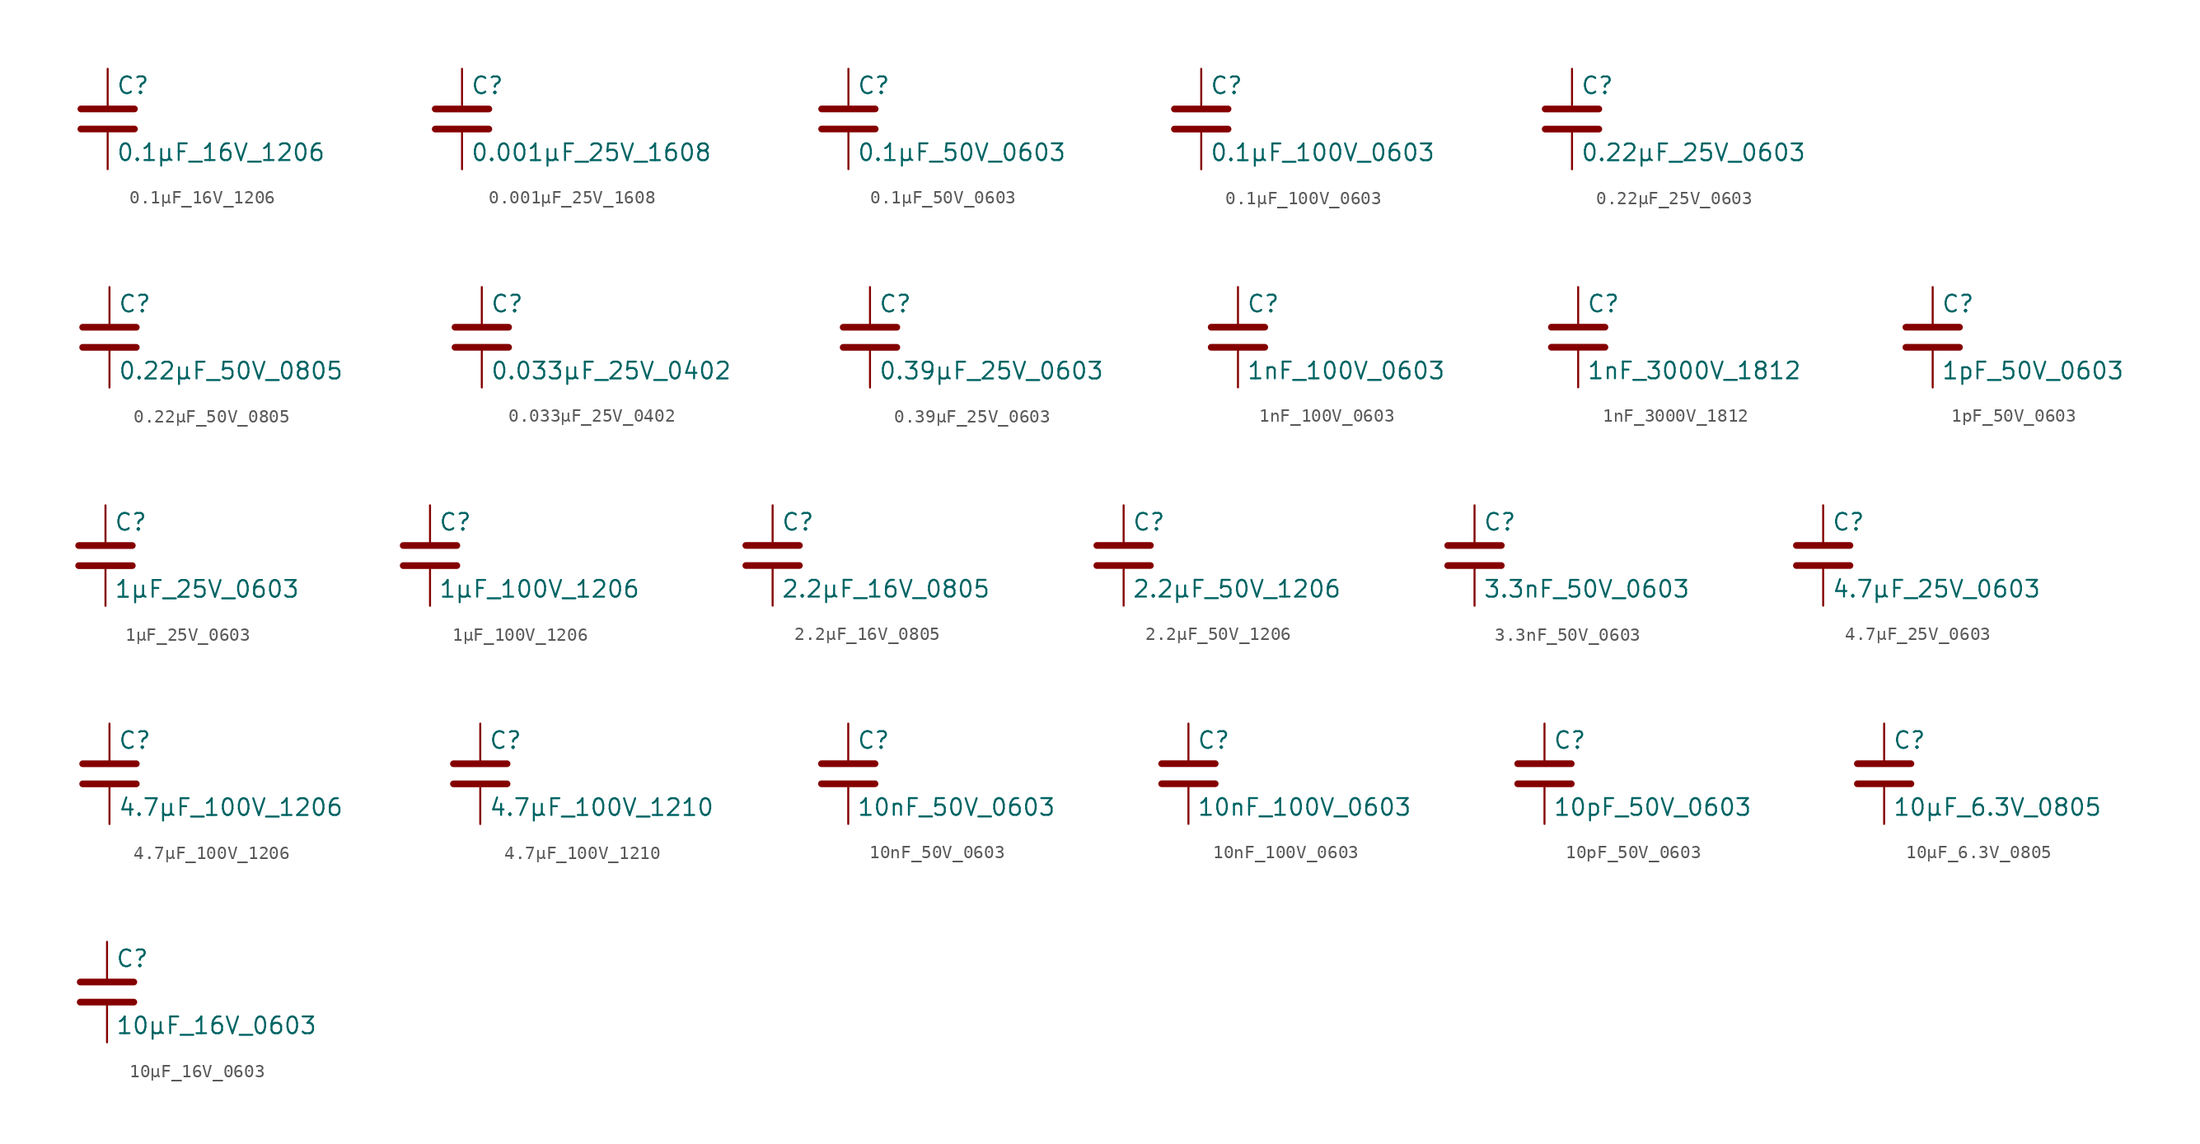
<source format=kicad_sym>
(kicad_symbol_lib
  (version 20220914)
  (generator kicad_symbol_editor)
  (symbol "0.1µF_16V_1206"
    (pin_numbers hide)
    (pin_names
      (offset 0.254))
    (property "Reference" "C"
      (at 0.635 2.54 0)
      (effects (font (size 1.27 1.27)) (justify left)))
    (property "Value" "0.1µF_16V_1206"
      (at 0.635 -2.54 0)
      (effects (font (size 1.27 1.27)) (justify left)))
    (symbol "0.1µF_16V_1206_0_1"
      (polyline (pts (xy -2.032 -0.762) (xy 2.032 -0.762)) (stroke (width 0.508) (type default)) (fill (type none)))
      (polyline (pts (xy -2.032 0.762) (xy 2.032 0.762)) (stroke (width 0.508) (type default)) (fill (type none))))
    (symbol "0.1µF_16V_1206_1_1"
      (pin passive line (at 0 3.81 270) (length 2.794) (name "~" (effects (font (size 1.27 1.27)))) (number "1" (effects (font (size 1.27 1.27)))))
      (pin passive line (at 0 -3.81 90) (length 2.794) (name "~" (effects (font (size 1.27 1.27)))) (number "2" (effects (font (size 1.27 1.27)))))))
  (symbol "0.001µF_25V_1608"
    (pin_numbers hide)
    (pin_names
      (offset 0.254))
    (property "Reference" "C"
      (at 0.635 2.54 0)
      (effects (font (size 1.27 1.27)) (justify left)))
    (property "Value" "0.001µF_25V_1608"
      (at 0.635 -2.54 0)
      (effects (font (size 1.27 1.27)) (justify left)))
    (symbol "0.001µF_25V_1608_0_1"
      (polyline (pts (xy -2.032 -0.762) (xy 2.032 -0.762)) (stroke (width 0.508) (type default)) (fill (type none)))
      (polyline (pts (xy -2.032 0.762) (xy 2.032 0.762)) (stroke (width 0.508) (type default)) (fill (type none))))
    (symbol "0.001µF_25V_1608_1_1"
      (pin passive line (at 0 3.81 270) (length 2.794) (name "~" (effects (font (size 1.27 1.27)))) (number "1" (effects (font (size 1.27 1.27)))))
      (pin passive line (at 0 -3.81 90) (length 2.794) (name "~" (effects (font (size 1.27 1.27)))) (number "2" (effects (font (size 1.27 1.27)))))))
  (symbol "0.1µF_50V_0603"
    (pin_numbers hide)
    (pin_names
      (offset 0.254))
    (property "Reference" "C"
      (at 0.635 2.54 0)
      (effects (font (size 1.27 1.27)) (justify left)))
    (property "Value" "0.1µF_50V_0603"
      (at 0.635 -2.54 0)
      (effects (font (size 1.27 1.27)) (justify left)))
    (symbol "0.1µF_50V_0603_0_1"
      (polyline (pts (xy -2.032 -0.762) (xy 2.032 -0.762)) (stroke (width 0.508) (type default)) (fill (type none)))
      (polyline (pts (xy -2.032 0.762) (xy 2.032 0.762)) (stroke (width 0.508) (type default)) (fill (type none))))
    (symbol "0.1µF_50V_0603_1_1"
      (pin passive line (at 0 3.81 270) (length 2.794) (name "~" (effects (font (size 1.27 1.27)))) (number "1" (effects (font (size 1.27 1.27)))))
      (pin passive line (at 0 -3.81 90) (length 2.794) (name "~" (effects (font (size 1.27 1.27)))) (number "2" (effects (font (size 1.27 1.27)))))))
  (symbol "0.1µF_100V_0603"
    (pin_numbers hide)
    (pin_names
      (offset 0.254))
    (property "Reference" "C"
      (at 0.635 2.54 0)
      (effects (font (size 1.27 1.27)) (justify left)))
    (property "Value" "0.1µF_100V_0603"
      (at 0.635 -2.54 0)
      (effects (font (size 1.27 1.27)) (justify left)))
    (symbol "0.1µF_100V_0603_0_1"
      (polyline (pts (xy -2.032 -0.762) (xy 2.032 -0.762)) (stroke (width 0.508) (type default)) (fill (type none)))
      (polyline (pts (xy -2.032 0.762) (xy 2.032 0.762)) (stroke (width 0.508) (type default)) (fill (type none))))
    (symbol "0.1µF_100V_0603_1_1"
      (pin passive line (at 0 3.81 270) (length 2.794) (name "~" (effects (font (size 1.27 1.27)))) (number "1" (effects (font (size 1.27 1.27)))))
      (pin passive line (at 0 -3.81 90) (length 2.794) (name "~" (effects (font (size 1.27 1.27)))) (number "2" (effects (font (size 1.27 1.27)))))))
  (symbol "0.22µF_25V_0603"
    (pin_numbers hide)
    (pin_names
      (offset 0.254))
    (property "Reference" "C"
      (at 0.635 2.54 0)
      (effects (font (size 1.27 1.27)) (justify left)))
    (property "Value" "0.22µF_25V_0603"
      (at 0.635 -2.54 0)
      (effects (font (size 1.27 1.27)) (justify left)))
    (symbol "0.22µF_25V_0603_0_1"
      (polyline (pts (xy -2.032 -0.762) (xy 2.032 -0.762)) (stroke (width 0.508) (type default)) (fill (type none)))
      (polyline (pts (xy -2.032 0.762) (xy 2.032 0.762)) (stroke (width 0.508) (type default)) (fill (type none))))
    (symbol "0.22µF_25V_0603_1_1"
      (pin passive line (at 0 3.81 270) (length 2.794) (name "~" (effects (font (size 1.27 1.27)))) (number "1" (effects (font (size 1.27 1.27)))))
      (pin passive line (at 0 -3.81 90) (length 2.794) (name "~" (effects (font (size 1.27 1.27)))) (number "2" (effects (font (size 1.27 1.27)))))))
  (symbol "0.22µF_50V_0805"
    (pin_numbers hide)
    (pin_names
      (offset 0.254))
    (property "Reference" "C"
      (at 0.635 2.54 0)
      (effects (font (size 1.27 1.27)) (justify left)))
    (property "Value" "0.22µF_50V_0805"
      (at 0.635 -2.54 0)
      (effects (font (size 1.27 1.27)) (justify left)))
    (symbol "0.22µF_50V_0805_0_1"
      (polyline (pts (xy -2.032 -0.762) (xy 2.032 -0.762)) (stroke (width 0.508) (type default)) (fill (type none)))
      (polyline (pts (xy -2.032 0.762) (xy 2.032 0.762)) (stroke (width 0.508) (type default)) (fill (type none))))
    (symbol "0.22µF_50V_0805_1_1"
      (pin passive line (at 0 3.81 270) (length 2.794) (name "~" (effects (font (size 1.27 1.27)))) (number "1" (effects (font (size 1.27 1.27)))))
      (pin passive line (at 0 -3.81 90) (length 2.794) (name "~" (effects (font (size 1.27 1.27)))) (number "2" (effects (font (size 1.27 1.27)))))))
  (symbol "0.033µF_25V_0402"
    (pin_numbers hide)
    (pin_names
      (offset 0.254))
    (property "Reference" "C"
      (at 0.635 2.54 0)
      (effects (font (size 1.27 1.27)) (justify left)))
    (property "Value" "0.033µF_25V_0402"
      (at 0.635 -2.54 0)
      (effects (font (size 1.27 1.27)) (justify left)))
    (symbol "0.033µF_25V_0402_0_1"
      (polyline (pts (xy -2.032 -0.762) (xy 2.032 -0.762)) (stroke (width 0.508) (type default)) (fill (type none)))
      (polyline (pts (xy -2.032 0.762) (xy 2.032 0.762)) (stroke (width 0.508) (type default)) (fill (type none))))
    (symbol "0.033µF_25V_0402_1_1"
      (pin passive line (at 0 3.81 270) (length 2.794) (name "~" (effects (font (size 1.27 1.27)))) (number "1" (effects (font (size 1.27 1.27)))))
      (pin passive line (at 0 -3.81 90) (length 2.794) (name "~" (effects (font (size 1.27 1.27)))) (number "2" (effects (font (size 1.27 1.27)))))))
  (symbol "0.39µF_25V_0603"
    (pin_numbers hide)
    (pin_names
      (offset 0.254))
    (property "Reference" "C"
      (at 0.635 2.54 0)
      (effects (font (size 1.27 1.27)) (justify left)))
    (property "Value" "0.39µF_25V_0603"
      (at 0.635 -2.54 0)
      (effects (font (size 1.27 1.27)) (justify left)))
    (symbol "0.39µF_25V_0603_0_1"
      (polyline (pts (xy -2.032 -0.762) (xy 2.032 -0.762)) (stroke (width 0.508) (type default)) (fill (type none)))
      (polyline (pts (xy -2.032 0.762) (xy 2.032 0.762)) (stroke (width 0.508) (type default)) (fill (type none))))
    (symbol "0.39µF_25V_0603_1_1"
      (pin passive line (at 0 3.81 270) (length 2.794) (name "~" (effects (font (size 1.27 1.27)))) (number "1" (effects (font (size 1.27 1.27)))))
      (pin passive line (at 0 -3.81 90) (length 2.794) (name "~" (effects (font (size 1.27 1.27)))) (number "2" (effects (font (size 1.27 1.27)))))))
  (symbol "1nF_100V_0603"
    (pin_numbers hide)
    (pin_names
      (offset 0.254))
    (property "Reference" "C"
      (at 0.635 2.54 0)
      (effects (font (size 1.27 1.27)) (justify left)))
    (property "Value" "1nF_100V_0603"
      (at 0.635 -2.54 0)
      (effects (font (size 1.27 1.27)) (justify left)))
    (symbol "1nF_100V_0603_0_1"
      (polyline (pts (xy -2.032 -0.762) (xy 2.032 -0.762)) (stroke (width 0.508) (type default)) (fill (type none)))
      (polyline (pts (xy -2.032 0.762) (xy 2.032 0.762)) (stroke (width 0.508) (type default)) (fill (type none))))
    (symbol "1nF_100V_0603_1_1"
      (pin passive line (at 0 3.81 270) (length 2.794) (name "~" (effects (font (size 1.27 1.27)))) (number "1" (effects (font (size 1.27 1.27)))))
      (pin passive line (at 0 -3.81 90) (length 2.794) (name "~" (effects (font (size 1.27 1.27)))) (number "2" (effects (font (size 1.27 1.27)))))))
  (symbol "1nF_3000V_1812"
    (pin_numbers hide)
    (pin_names
      (offset 0.254))
    (property "Reference" "C"
      (at 0.635 2.54 0)
      (effects (font (size 1.27 1.27)) (justify left)))
    (property "Value" "1nF_3000V_1812"
      (at 0.635 -2.54 0)
      (effects (font (size 1.27 1.27)) (justify left)))
    (symbol "1nF_3000V_1812_0_1"
      (polyline (pts (xy -2.032 -0.762) (xy 2.032 -0.762)) (stroke (width 0.508) (type default)) (fill (type none)))
      (polyline (pts (xy -2.032 0.762) (xy 2.032 0.762)) (stroke (width 0.508) (type default)) (fill (type none))))
    (symbol "1nF_3000V_1812_1_1"
      (pin passive line (at 0 3.81 270) (length 2.794) (name "~" (effects (font (size 1.27 1.27)))) (number "1" (effects (font (size 1.27 1.27)))))
      (pin passive line (at 0 -3.81 90) (length 2.794) (name "~" (effects (font (size 1.27 1.27)))) (number "2" (effects (font (size 1.27 1.27)))))))
  (symbol "1pF_50V_0603"
    (pin_numbers hide)
    (pin_names
      (offset 0.254))
    (property "Reference" "C"
      (at 0.635 2.54 0)
      (effects (font (size 1.27 1.27)) (justify left)))
    (property "Value" "1pF_50V_0603"
      (at 0.635 -2.54 0)
      (effects (font (size 1.27 1.27)) (justify left)))
    (symbol "1pF_50V_0603_0_1"
      (polyline (pts (xy -2.032 -0.762) (xy 2.032 -0.762)) (stroke (width 0.508) (type default)) (fill (type none)))
      (polyline (pts (xy -2.032 0.762) (xy 2.032 0.762)) (stroke (width 0.508) (type default)) (fill (type none))))
    (symbol "1pF_50V_0603_1_1"
      (pin passive line (at 0 3.81 270) (length 2.794) (name "~" (effects (font (size 1.27 1.27)))) (number "1" (effects (font (size 1.27 1.27)))))
      (pin passive line (at 0 -3.81 90) (length 2.794) (name "~" (effects (font (size 1.27 1.27)))) (number "2" (effects (font (size 1.27 1.27)))))))
  (symbol "1µF_25V_0603"
    (pin_numbers hide)
    (pin_names
      (offset 0.254))
    (property "Reference" "C"
      (at 0.635 2.54 0)
      (effects (font (size 1.27 1.27)) (justify left)))
    (property "Value" "1µF_25V_0603"
      (at 0.635 -2.54 0)
      (effects (font (size 1.27 1.27)) (justify left)))
    (symbol "1µF_25V_0603_0_1"
      (polyline (pts (xy -2.032 -0.762) (xy 2.032 -0.762)) (stroke (width 0.508) (type default)) (fill (type none)))
      (polyline (pts (xy -2.032 0.762) (xy 2.032 0.762)) (stroke (width 0.508) (type default)) (fill (type none))))
    (symbol "1µF_25V_0603_1_1"
      (pin passive line (at 0 3.81 270) (length 2.794) (name "~" (effects (font (size 1.27 1.27)))) (number "1" (effects (font (size 1.27 1.27)))))
      (pin passive line (at 0 -3.81 90) (length 2.794) (name "~" (effects (font (size 1.27 1.27)))) (number "2" (effects (font (size 1.27 1.27)))))))
  (symbol "1µF_100V_1206"
    (pin_numbers hide)
    (pin_names
      (offset 0.254))
    (property "Reference" "C"
      (at 0.635 2.54 0)
      (effects (font (size 1.27 1.27)) (justify left)))
    (property "Value" "1µF_100V_1206"
      (at 0.635 -2.54 0)
      (effects (font (size 1.27 1.27)) (justify left)))
    (symbol "1µF_100V_1206_0_1"
      (polyline (pts (xy -2.032 -0.762) (xy 2.032 -0.762)) (stroke (width 0.508) (type default)) (fill (type none)))
      (polyline (pts (xy -2.032 0.762) (xy 2.032 0.762)) (stroke (width 0.508) (type default)) (fill (type none))))
    (symbol "1µF_100V_1206_1_1"
      (pin passive line (at 0 3.81 270) (length 2.794) (name "~" (effects (font (size 1.27 1.27)))) (number "1" (effects (font (size 1.27 1.27)))))
      (pin passive line (at 0 -3.81 90) (length 2.794) (name "~" (effects (font (size 1.27 1.27)))) (number "2" (effects (font (size 1.27 1.27)))))))
  (symbol "2.2µF_16V_0805"
    (pin_numbers hide)
    (pin_names
      (offset 0.254))
    (property "Reference" "C"
      (at 0.635 2.54 0)
      (effects (font (size 1.27 1.27)) (justify left)))
    (property "Value" "2.2µF_16V_0805"
      (at 0.635 -2.54 0)
      (effects (font (size 1.27 1.27)) (justify left)))
    (symbol "2.2µF_16V_0805_0_1"
      (polyline (pts (xy -2.032 -0.762) (xy 2.032 -0.762)) (stroke (width 0.508) (type default)) (fill (type none)))
      (polyline (pts (xy -2.032 0.762) (xy 2.032 0.762)) (stroke (width 0.508) (type default)) (fill (type none))))
    (symbol "2.2µF_16V_0805_1_1"
      (pin passive line (at 0 3.81 270) (length 2.794) (name "~" (effects (font (size 1.27 1.27)))) (number "1" (effects (font (size 1.27 1.27)))))
      (pin passive line (at 0 -3.81 90) (length 2.794) (name "~" (effects (font (size 1.27 1.27)))) (number "2" (effects (font (size 1.27 1.27)))))))
  (symbol "2.2µF_50V_1206"
    (pin_numbers hide)
    (pin_names
      (offset 0.254))
    (property "Reference" "C"
      (at 0.635 2.54 0)
      (effects (font (size 1.27 1.27)) (justify left)))
    (property "Value" "2.2µF_50V_1206"
      (at 0.635 -2.54 0)
      (effects (font (size 1.27 1.27)) (justify left)))
    (symbol "2.2µF_50V_1206_0_1"
      (polyline (pts (xy -2.032 -0.762) (xy 2.032 -0.762)) (stroke (width 0.508) (type default)) (fill (type none)))
      (polyline (pts (xy -2.032 0.762) (xy 2.032 0.762)) (stroke (width 0.508) (type default)) (fill (type none))))
    (symbol "2.2µF_50V_1206_1_1"
      (pin passive line (at 0 3.81 270) (length 2.794) (name "~" (effects (font (size 1.27 1.27)))) (number "1" (effects (font (size 1.27 1.27)))))
      (pin passive line (at 0 -3.81 90) (length 2.794) (name "~" (effects (font (size 1.27 1.27)))) (number "2" (effects (font (size 1.27 1.27)))))))
  (symbol "3.3nF_50V_0603"
    (pin_numbers hide)
    (pin_names
      (offset 0.254))
    (property "Reference" "C"
      (at 0.635 2.54 0)
      (effects (font (size 1.27 1.27)) (justify left)))
    (property "Value" "3.3nF_50V_0603"
      (at 0.635 -2.54 0)
      (effects (font (size 1.27 1.27)) (justify left)))
    (symbol "3.3nF_50V_0603_0_1"
      (polyline (pts (xy -2.032 -0.762) (xy 2.032 -0.762)) (stroke (width 0.508) (type default)) (fill (type none)))
      (polyline (pts (xy -2.032 0.762) (xy 2.032 0.762)) (stroke (width 0.508) (type default)) (fill (type none))))
    (symbol "3.3nF_50V_0603_1_1"
      (pin passive line (at 0 3.81 270) (length 2.794) (name "~" (effects (font (size 1.27 1.27)))) (number "1" (effects (font (size 1.27 1.27)))))
      (pin passive line (at 0 -3.81 90) (length 2.794) (name "~" (effects (font (size 1.27 1.27)))) (number "2" (effects (font (size 1.27 1.27)))))))
  (symbol "4.7µF_25V_0603"
    (pin_numbers hide)
    (pin_names
      (offset 0.254))
    (property "Reference" "C"
      (at 0.635 2.54 0)
      (effects (font (size 1.27 1.27)) (justify left)))
    (property "Value" "4.7µF_25V_0603"
      (at 0.635 -2.54 0)
      (effects (font (size 1.27 1.27)) (justify left)))
    (symbol "4.7µF_25V_0603_0_1"
      (polyline (pts (xy -2.032 -0.762) (xy 2.032 -0.762)) (stroke (width 0.508) (type default)) (fill (type none)))
      (polyline (pts (xy -2.032 0.762) (xy 2.032 0.762)) (stroke (width 0.508) (type default)) (fill (type none))))
    (symbol "4.7µF_25V_0603_1_1"
      (pin passive line (at 0 3.81 270) (length 2.794) (name "~" (effects (font (size 1.27 1.27)))) (number "1" (effects (font (size 1.27 1.27)))))
      (pin passive line (at 0 -3.81 90) (length 2.794) (name "~" (effects (font (size 1.27 1.27)))) (number "2" (effects (font (size 1.27 1.27)))))))
  (symbol "4.7µF_100V_1206"
    (pin_numbers hide)
    (pin_names
      (offset 0.254))
    (property "Reference" "C"
      (at 0.635 2.54 0)
      (effects (font (size 1.27 1.27)) (justify left)))
    (property "Value" "4.7µF_100V_1206"
      (at 0.635 -2.54 0)
      (effects (font (size 1.27 1.27)) (justify left)))
    (symbol "4.7µF_100V_1206_0_1"
      (polyline (pts (xy -2.032 -0.762) (xy 2.032 -0.762)) (stroke (width 0.508) (type default)) (fill (type none)))
      (polyline (pts (xy -2.032 0.762) (xy 2.032 0.762)) (stroke (width 0.508) (type default)) (fill (type none))))
    (symbol "4.7µF_100V_1206_1_1"
      (pin passive line (at 0 3.81 270) (length 2.794) (name "~" (effects (font (size 1.27 1.27)))) (number "1" (effects (font (size 1.27 1.27)))))
      (pin passive line (at 0 -3.81 90) (length 2.794) (name "~" (effects (font (size 1.27 1.27)))) (number "2" (effects (font (size 1.27 1.27)))))))
  (symbol "4.7µF_100V_1210"
    (pin_numbers hide)
    (pin_names
      (offset 0.254))
    (property "Reference" "C"
      (at 0.635 2.54 0)
      (effects (font (size 1.27 1.27)) (justify left)))
    (property "Value" "4.7µF_100V_1210"
      (at 0.635 -2.54 0)
      (effects (font (size 1.27 1.27)) (justify left)))
    (symbol "4.7µF_100V_1210_0_1"
      (polyline (pts (xy -2.032 -0.762) (xy 2.032 -0.762)) (stroke (width 0.508) (type default)) (fill (type none)))
      (polyline (pts (xy -2.032 0.762) (xy 2.032 0.762)) (stroke (width 0.508) (type default)) (fill (type none))))
    (symbol "4.7µF_100V_1210_1_1"
      (pin passive line (at 0 3.81 270) (length 2.794) (name "~" (effects (font (size 1.27 1.27)))) (number "1" (effects (font (size 1.27 1.27)))))
      (pin passive line (at 0 -3.81 90) (length 2.794) (name "~" (effects (font (size 1.27 1.27)))) (number "2" (effects (font (size 1.27 1.27)))))))
  (symbol "10nF_50V_0603"
    (pin_numbers hide)
    (pin_names
      (offset 0.254))
    (property "Reference" "C"
      (at 0.635 2.54 0)
      (effects (font (size 1.27 1.27)) (justify left)))
    (property "Value" "10nF_50V_0603"
      (at 0.635 -2.54 0)
      (effects (font (size 1.27 1.27)) (justify left)))
    (symbol "10nF_50V_0603_0_1"
      (polyline (pts (xy -2.032 -0.762) (xy 2.032 -0.762)) (stroke (width 0.508) (type default)) (fill (type none)))
      (polyline (pts (xy -2.032 0.762) (xy 2.032 0.762)) (stroke (width 0.508) (type default)) (fill (type none))))
    (symbol "10nF_50V_0603_1_1"
      (pin passive line (at 0 3.81 270) (length 2.794) (name "~" (effects (font (size 1.27 1.27)))) (number "1" (effects (font (size 1.27 1.27)))))
      (pin passive line (at 0 -3.81 90) (length 2.794) (name "~" (effects (font (size 1.27 1.27)))) (number "2" (effects (font (size 1.27 1.27)))))))
  (symbol "10nF_100V_0603"
    (pin_numbers hide)
    (pin_names
      (offset 0.254))
    (property "Reference" "C"
      (at 0.635 2.54 0)
      (effects (font (size 1.27 1.27)) (justify left)))
    (property "Value" "10nF_100V_0603"
      (at 0.635 -2.54 0)
      (effects (font (size 1.27 1.27)) (justify left)))
    (symbol "10nF_100V_0603_0_1"
      (polyline (pts (xy -2.032 -0.762) (xy 2.032 -0.762)) (stroke (width 0.508) (type default)) (fill (type none)))
      (polyline (pts (xy -2.032 0.762) (xy 2.032 0.762)) (stroke (width 0.508) (type default)) (fill (type none))))
    (symbol "10nF_100V_0603_1_1"
      (pin passive line (at 0 3.81 270) (length 2.794) (name "~" (effects (font (size 1.27 1.27)))) (number "1" (effects (font (size 1.27 1.27)))))
      (pin passive line (at 0 -3.81 90) (length 2.794) (name "~" (effects (font (size 1.27 1.27)))) (number "2" (effects (font (size 1.27 1.27)))))))
  (symbol "10pF_50V_0603"
    (pin_numbers hide)
    (pin_names
      (offset 0.254))
    (property "Reference" "C"
      (at 0.635 2.54 0)
      (effects (font (size 1.27 1.27)) (justify left)))
    (property "Value" "10pF_50V_0603"
      (at 0.635 -2.54 0)
      (effects (font (size 1.27 1.27)) (justify left)))
    (symbol "10pF_50V_0603_0_1"
      (polyline (pts (xy -2.032 -0.762) (xy 2.032 -0.762)) (stroke (width 0.508) (type default)) (fill (type none)))
      (polyline (pts (xy -2.032 0.762) (xy 2.032 0.762)) (stroke (width 0.508) (type default)) (fill (type none))))
    (symbol "10pF_50V_0603_1_1"
      (pin passive line (at 0 3.81 270) (length 2.794) (name "~" (effects (font (size 1.27 1.27)))) (number "1" (effects (font (size 1.27 1.27)))))
      (pin passive line (at 0 -3.81 90) (length 2.794) (name "~" (effects (font (size 1.27 1.27)))) (number "2" (effects (font (size 1.27 1.27)))))))
  (symbol "10µF_6.3V_0805"
    (pin_numbers hide)
    (pin_names
      (offset 0.254))
    (property "Reference" "C"
      (at 0.635 2.54 0)
      (effects (font (size 1.27 1.27)) (justify left)))
    (property "Value" "10µF_6.3V_0805"
      (at 0.635 -2.54 0)
      (effects (font (size 1.27 1.27)) (justify left)))
    (symbol "10µF_6.3V_0805_0_1"
      (polyline (pts (xy -2.032 -0.762) (xy 2.032 -0.762)) (stroke (width 0.508) (type default)) (fill (type none)))
      (polyline (pts (xy -2.032 0.762) (xy 2.032 0.762)) (stroke (width 0.508) (type default)) (fill (type none))))
    (symbol "10µF_6.3V_0805_1_1"
      (pin passive line (at 0 3.81 270) (length 2.794) (name "~" (effects (font (size 1.27 1.27)))) (number "1" (effects (font (size 1.27 1.27)))))
      (pin passive line (at 0 -3.81 90) (length 2.794) (name "~" (effects (font (size 1.27 1.27)))) (number "2" (effects (font (size 1.27 1.27)))))))
  (symbol "10µF_16V_0603"
    (pin_numbers hide)
    (pin_names
      (offset 0.254))
    (property "Reference" "C"
      (at 0.635 2.54 0)
      (effects (font (size 1.27 1.27)) (justify left)))
    (property "Value" "10µF_16V_0603"
      (at 0.635 -2.54 0)
      (effects (font (size 1.27 1.27)) (justify left)))
    (symbol "10µF_16V_0603_0_1"
      (polyline (pts (xy -2.032 -0.762) (xy 2.032 -0.762)) (stroke (width 0.508) (type default)) (fill (type none)))
      (polyline (pts (xy -2.032 0.762) (xy 2.032 0.762)) (stroke (width 0.508) (type default)) (fill (type none))))
    (symbol "10µF_16V_0603_1_1"
      (pin passive line (at 0 3.81 270) (length 2.794) (name "~" (effects (font (size 1.27 1.27)))) (number "1" (effects (font (size 1.27 1.27)))))
      (pin passive line (at 0 -3.81 90) (length 2.794) (name "~" (effects (font (size 1.27 1.27)))) (number "2" (effects (font (size 1.27 1.27))))))))
</source>
